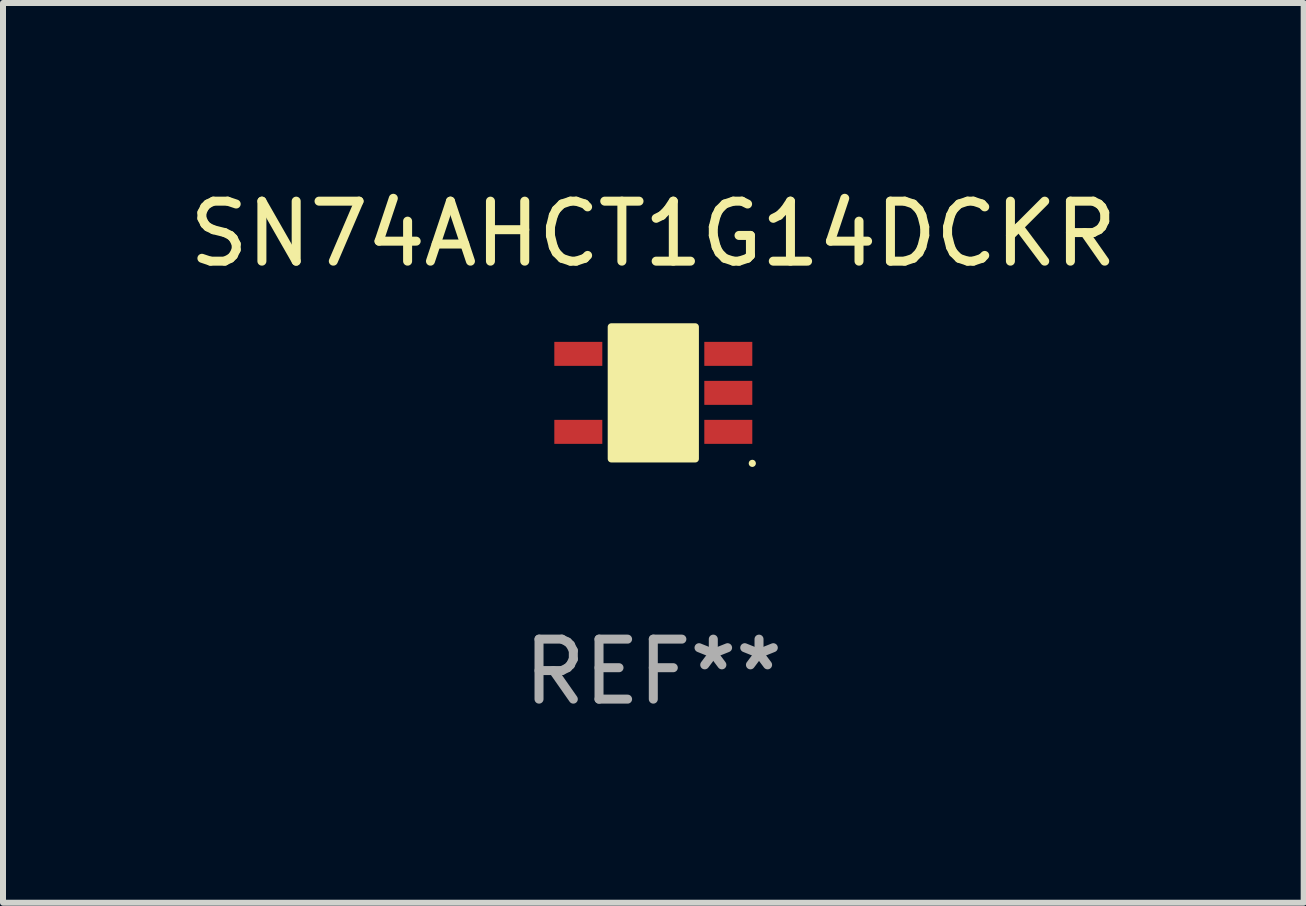
<source format=kicad_pcb>
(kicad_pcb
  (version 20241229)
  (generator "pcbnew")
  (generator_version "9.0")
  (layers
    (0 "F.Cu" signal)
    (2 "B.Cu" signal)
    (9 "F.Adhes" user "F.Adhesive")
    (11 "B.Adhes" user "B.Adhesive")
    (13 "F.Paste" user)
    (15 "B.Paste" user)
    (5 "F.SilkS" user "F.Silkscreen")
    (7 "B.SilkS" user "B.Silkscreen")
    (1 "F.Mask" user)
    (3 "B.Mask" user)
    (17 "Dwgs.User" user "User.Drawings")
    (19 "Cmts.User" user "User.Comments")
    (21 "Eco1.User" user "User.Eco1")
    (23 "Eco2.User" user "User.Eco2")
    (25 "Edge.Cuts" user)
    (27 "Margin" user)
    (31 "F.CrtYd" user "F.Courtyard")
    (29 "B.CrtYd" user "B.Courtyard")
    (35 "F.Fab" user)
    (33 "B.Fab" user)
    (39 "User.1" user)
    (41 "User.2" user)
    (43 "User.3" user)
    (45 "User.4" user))
  (footprint "SN74AHCT1G14DCKR"
    (layer "F.Cu")
    (at 7.839 3.498)
    (property "Reference" "SN74AHCT1G14DCKR" (at 0 -2.65 0) (layer "F.SilkS") (effects (font (size 1 1) (thickness 0.15))))
    (attr through_hole)
    (fp_arc (start 0.381001 0.637541) (mid 0.380995 0.636271) (end 0.381001 0.635001) (stroke (width 0.24892) (type solid)) (layer "F.SilkS"))
    (fp_circle (center 1.65 1.175) (end 1.68 1.175) (stroke (width 0.06) (type solid)) (fill no) (layer "F.SilkS"))
    (fp_poly (pts (xy -0.7 -1.1) (xy 0.7 -1.1) (xy 0.7 1.1) (xy -0.7 1.1)) (stroke (width 0.12) (type solid)) (fill yes) (layer "F.SilkS"))
    (fp_text user "REF**" (at 0 4.65 0) (layer "F.Fab") (effects (font (size 1 1) (thickness 0.15))))
    (pad "1" smd rect (at 1.25 0.65 270) (size 0.4 0.8) (layers "F.Cu" "F.Mask" "F.Paste"))
    (pad "2" smd rect (at 1.25 0 270) (size 0.4 0.8) (layers "F.Cu" "F.Mask" "F.Paste"))
    (pad "3" smd rect (at 1.25 -0.65 270) (size 0.4 0.8) (layers "F.Cu" "F.Mask" "F.Paste"))
    (pad "4" smd rect (at -1.25 -0.65 270) (size 0.4 0.8) (layers "F.Cu" "F.Mask" "F.Paste"))
    (pad "5" smd rect (at -1.25 0.65 270) (size 0.4 0.8) (layers "F.Cu" "F.Mask" "F.Paste")))
  (gr_rect
    (start -3 -3)
    (end 18.679 11.996)
    (stroke (width 0.1) (type default))
    (fill no)
    (layer "Edge.Cuts")))
</source>
